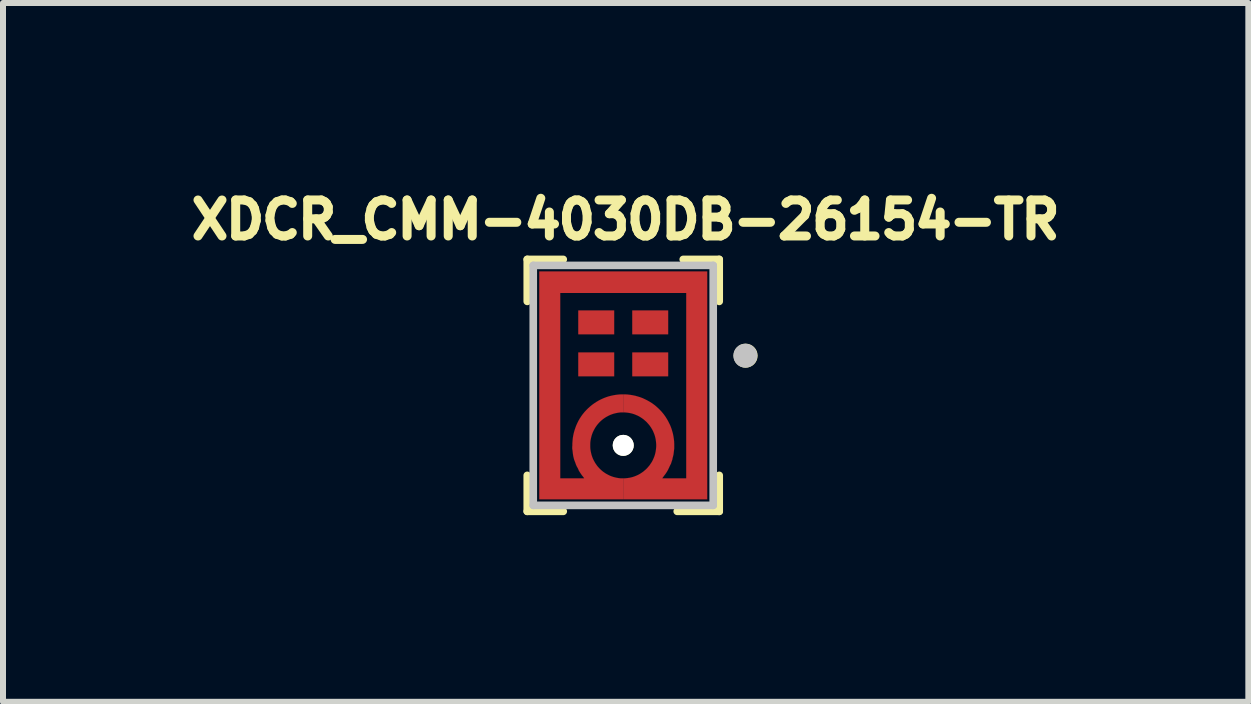
<source format=kicad_pcb>
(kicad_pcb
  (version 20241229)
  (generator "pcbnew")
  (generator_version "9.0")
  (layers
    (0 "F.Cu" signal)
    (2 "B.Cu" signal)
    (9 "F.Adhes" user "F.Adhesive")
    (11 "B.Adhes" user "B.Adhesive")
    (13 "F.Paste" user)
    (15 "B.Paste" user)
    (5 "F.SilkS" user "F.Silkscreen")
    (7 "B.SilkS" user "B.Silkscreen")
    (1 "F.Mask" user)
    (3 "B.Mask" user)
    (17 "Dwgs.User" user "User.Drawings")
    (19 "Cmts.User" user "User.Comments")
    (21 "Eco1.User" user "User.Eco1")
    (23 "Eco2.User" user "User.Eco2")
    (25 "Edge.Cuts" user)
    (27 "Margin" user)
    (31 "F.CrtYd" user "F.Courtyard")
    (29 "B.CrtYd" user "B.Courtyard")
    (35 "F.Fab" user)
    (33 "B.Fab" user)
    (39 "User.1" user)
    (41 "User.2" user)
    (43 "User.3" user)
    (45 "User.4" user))
  (footprint "XDCR_CMM-4030DB-26154-TR"
    (layer "F.Cu")
    (at 7.339 3.374)
    (property "Reference" "XDCR_CMM-4030DB-26154-TR" (at 0.04 -2.76 0) (layer "F.SilkS") (effects (font (size 0.6 0.6) (thickness 0.15))))
    (attr smd)
    (fp_poly (pts (xy -0.001 0.15) (xy -0.001 0.45) (xy -0.02 0.45) (xy -0.048 0.451) (xy -0.076 0.454) (xy -0.105 0.459) (xy -0.132 0.465) (xy -0.16 0.472) (xy -0.187 0.481) (xy -0.214 0.491) (xy -0.24 0.503) (xy -0.265 0.516) (xy -0.29 0.53) (xy -0.314 0.546) (xy -0.337 0.562) (xy -0.359 0.58) (xy -0.38 0.599) (xy -0.401 0.62) (xy -0.42 0.641) (xy -0.438 0.663) (xy -0.454 0.686) (xy -0.47 0.71) (xy -0.484 0.735) (xy -0.497 0.76) (xy -0.509 0.786) (xy -0.519 0.813) (xy -0.528 0.84) (xy -0.535 0.868) (xy -0.541 0.895) (xy -0.546 0.924) (xy -0.549 0.952) (xy -0.55 0.98) (xy -0.55 0.99) (xy -0.55 1.01) (xy -0.55 1.02) (xy -0.549 1.048) (xy -0.546 1.076) (xy -0.541 1.105) (xy -0.535 1.132) (xy -0.528 1.16) (xy -0.519 1.187) (xy -0.509 1.214) (xy -0.497 1.24) (xy -0.484 1.265) (xy -0.47 1.29) (xy -0.454 1.314) (xy -0.438 1.337) (xy -0.42 1.359) (xy -0.401 1.38) (xy -0.38 1.401) (xy -0.359 1.42) (xy -0.337 1.438) (xy -0.314 1.454) (xy -0.29 1.47) (xy -0.265 1.484) (xy -0.24 1.497) (xy -0.214 1.509) (xy -0.187 1.519) (xy -0.16 1.528) (xy -0.132 1.535) (xy -0.105 1.541) (xy -0.076 1.546) (xy -0.048 1.549) (xy -0.02 1.55) (xy -0.001 1.55) (xy -0.001 1.9) (xy -1.4 1.9) (xy -1.4 -1.9) (xy 1.4 -1.9) (xy 1.4 1.9) (xy 0.001 1.9) (xy 0.001 1.55) (xy 0.015 1.55) (xy 0.043 1.548) (xy 0.072 1.545) (xy 0.1 1.541) (xy 0.129 1.535) (xy 0.156 1.528) (xy 0.184 1.519) (xy 0.211 1.508) (xy 0.237 1.497) (xy 0.263 1.484) (xy 0.288 1.469) (xy 0.312 1.453) (xy 0.335 1.437) (xy 0.357 1.418) (xy 0.379 1.399) (xy 0.399 1.379) (xy 0.418 1.357) (xy 0.437 1.335) (xy 0.453 1.312) (xy 0.469 1.288) (xy 0.484 1.263) (xy 0.497 1.237) (xy 0.508 1.211) (xy 0.519 1.184) (xy 0.528 1.156) (xy 0.535 1.129) (xy 0.541 1.1) (xy 0.545 1.072) (xy 0.548 1.043) (xy 0.55 1.015) (xy 0.55 1) (xy 0.55 0.985) (xy 0.548 0.957) (xy 0.545 0.928) (xy 0.541 0.9) (xy 0.535 0.871) (xy 0.528 0.844) (xy 0.519 0.816) (xy 0.508 0.789) (xy 0.497 0.763) (xy 0.484 0.737) (xy 0.469 0.712) (xy 0.453 0.688) (xy 0.437 0.665) (xy 0.418 0.643) (xy 0.399 0.621) (xy 0.379 0.601) (xy 0.357 0.582) (xy 0.335 0.563) (xy 0.312 0.547) (xy 0.288 0.531) (xy 0.263 0.516) (xy 0.237 0.503) (xy 0.211 0.492) (xy 0.184 0.481) (xy 0.156 0.472) (xy 0.129 0.465) (xy 0.1 0.459) (xy 0.072 0.455) (xy 0.043 0.452) (xy 0.015 0.45) (xy 0.001 0.45) (xy 0.001 0.15) (xy 0.022 0.15) (xy 0.067 0.152) (xy 0.111 0.157) (xy 0.155 0.164) (xy 0.199 0.173) (xy 0.242 0.185) (xy 0.284 0.198) (xy 0.326 0.214) (xy 0.366 0.233) (xy 0.406 0.253) (xy 0.444 0.275) (xy 0.482 0.299) (xy 0.518 0.325) (xy 0.552 0.353) (xy 0.585 0.383) (xy 0.617 0.415) (xy 0.647 0.448) (xy 0.675 0.482) (xy 0.701 0.518) (xy 0.725 0.556) (xy 0.747 0.594) (xy 0.767 0.634) (xy 0.786 0.674) (xy 0.802 0.716) (xy 0.815 0.758) (xy 0.827 0.801) (xy 0.836 0.845) (xy 0.843 0.889) (xy 0.848 0.933) (xy 0.85 0.977) (xy 0.85 1) (xy 0.85 1.05) (xy 0.838 1.15) (xy 0.83 1.185) (xy 0.823 1.21) (xy 0.818 1.238) (xy 0.805 1.275) (xy 0.797 1.302) (xy 0.78 1.335) (xy 0.762 1.375) (xy 0.745 1.41) (xy 0.728 1.44) (xy 0.705 1.475) (xy 0.682 1.505) (xy 0.662 1.532) (xy 0.65 1.55) (xy 1.05 1.55) (xy 1.05 -1.54) (xy -1.05 -1.54) (xy -1.05 1.55) (xy -0.65 1.55) (xy -0.665 1.528) (xy -0.688 1.5) (xy -0.71 1.468) (xy -0.738 1.425) (xy -0.755 1.385) (xy -0.775 1.35) (xy -0.787 1.323) (xy -0.802 1.28) (xy -0.818 1.24) (xy -0.833 1.18) (xy -0.84 1.133) (xy -0.845 1.087) (xy -0.85 1.055) (xy -0.85 1.025) (xy -0.848 1) (xy -0.848 0.988) (xy -0.848 0.97) (xy -0.845 0.926) (xy -0.841 0.882) (xy -0.834 0.839) (xy -0.825 0.796) (xy -0.813 0.753) (xy -0.799 0.711) (xy -0.784 0.67) (xy -0.766 0.63) (xy -0.746 0.59) (xy -0.724 0.552) (xy -0.7 0.515) (xy -0.674 0.479) (xy -0.646 0.445) (xy -0.616 0.412) (xy -0.585 0.381) (xy -0.552 0.352) (xy -0.518 0.324) (xy -0.482 0.298) (xy -0.445 0.274) (xy -0.407 0.252) (xy -0.368 0.232) (xy -0.328 0.214) (xy -0.287 0.198) (xy -0.245 0.184) (xy -0.202 0.173) (xy -0.159 0.164) (xy -0.115 0.157) (xy -0.071 0.152) (xy -0.027 0.15)) (stroke (width 0.001) (type solid)) (fill yes) (layer "F.Cu"))
    (fp_circle (center 0 1) (end 0.7 1) (stroke (width 0.4) (type solid)) (fill no) (layer "F.Mask"))
    (fp_poly (pts (xy -1.45 -1.95) (xy 1.45 -1.95) (xy 1.45 -1.5) (xy -1.45 -1.5)) (stroke (width 0) (type solid)) (fill yes) (layer "F.Mask"))
    (fp_poly (pts (xy -1.45 -1.5) (xy -1 -1.5) (xy -1 1.95) (xy -1.45 1.95)) (stroke (width 0) (type solid)) (fill yes) (layer "F.Mask"))
    (fp_poly (pts (xy -1 1.5) (xy 1 1.5) (xy 1 1.95) (xy -1 1.95)) (stroke (width 0) (type solid)) (fill yes) (layer "F.Mask"))
    (fp_poly (pts (xy 1 -1.5) (xy 1.45 -1.5) (xy 1.45 1.95) (xy 1 1.95)) (stroke (width 0) (type solid)) (fill yes) (layer "F.Mask"))
    (fp_line (start -1.6 -2.1) (end -1.6 -1.4) (stroke (width 0.127) (type solid)) (layer "F.SilkS"))
    (fp_line (start -1.6 -2.1) (end -1 -2.1) (stroke (width 0.127) (type solid)) (layer "F.SilkS"))
    (fp_line (start -1.6 1.5) (end -1.6 2.1) (stroke (width 0.127) (type solid)) (layer "F.SilkS"))
    (fp_line (start -1.6 2.1) (end -1 2.1) (stroke (width 0.127) (type solid)) (layer "F.SilkS"))
    (fp_line (start 1.6 -2.1) (end 1 -2.1) (stroke (width 0.127) (type solid)) (layer "F.SilkS"))
    (fp_line (start 1.6 -2.1) (end 1.6 -1.4) (stroke (width 0.127) (type solid)) (layer "F.SilkS"))
    (fp_line (start 1.6 1.5) (end 1.6 2.1) (stroke (width 0.127) (type solid)) (layer "F.SilkS"))
    (fp_line (start 1.6 2.1) (end 0.9 2.1) (stroke (width 0.127) (type solid)) (layer "F.SilkS"))
    (fp_circle (center 2.04 -0.495) (end 2.14 -0.495) (stroke (width 0.2) (type solid)) (fill no) (layer "F.SilkS"))
    (fp_poly (pts (xy -1.4 -1.9) (xy -1.05 -1.9) (xy -1.05 -0.15) (xy -1.4 -0.15)) (stroke (width 0) (type solid)) (fill yes) (layer "F.Paste"))
    (fp_poly (pts (xy -1.1 -1.9) (xy -0.15 -1.9) (xy -0.15 -1.55) (xy -1.1 -1.55)) (stroke (width 0) (type solid)) (fill yes) (layer "F.Paste"))
    (fp_poly (pts (xy 0.15 -1.9) (xy 1.2 -1.9) (xy 1.2 -1.55) (xy 0.15 -1.55)) (stroke (width 0) (type solid)) (fill yes) (layer "F.Paste"))
    (fp_poly (pts (xy 1.05 -1.9) (xy 1.4 -1.9) (xy 1.4 -0.15) (xy 1.05 -0.15)) (stroke (width 0) (type solid)) (fill yes) (layer "F.Paste"))
    (fp_poly (pts (xy -0.15 0.165) (xy -0.169 0.168) (xy -0.208 0.177) (xy -0.246 0.187) (xy -0.283 0.2) (xy -0.32 0.214) (xy -0.356 0.229) (xy -0.392 0.246) (xy -0.426 0.265) (xy -0.46 0.286) (xy -0.493 0.308) (xy -0.524 0.332) (xy -0.555 0.357) (xy -0.584 0.383) (xy -0.612 0.411) (xy -0.639 0.44) (xy -0.664 0.47) (xy -0.688 0.501) (xy -0.711 0.534) (xy -0.732 0.567) (xy -0.751 0.602) (xy -0.769 0.637) (xy -0.785 0.673) (xy -0.799 0.71) (xy -0.812 0.747) (xy -0.823 0.785) (xy -0.832 0.823) (xy -0.839 0.862) (xy -0.844 0.901) (xy -0.848 0.94) (xy -0.85 0.98) (xy -0.85 1) (xy -0.85 1.1) (xy -0.849 1.109) (xy -0.847 1.125) (xy -0.845 1.142) (xy -0.842 1.158) (xy -0.839 1.175) (xy -0.835 1.191) (xy -0.831 1.207) (xy -0.827 1.223) (xy -0.823 1.24) (xy -0.818 1.256) (xy -0.813 1.271) (xy -0.807 1.287) (xy -0.801 1.303) (xy -0.795 1.318) (xy -0.789 1.334) (xy -0.782 1.349) (xy -0.775 1.364) (xy -0.768 1.379) (xy -0.76 1.394) (xy -0.752 1.408) (xy -0.743 1.423) (xy -0.735 1.437) (xy -0.726 1.451) (xy -0.717 1.465) (xy -0.707 1.479) (xy -0.697 1.492) (xy -0.687 1.506) (xy -0.677 1.519) (xy -0.666 1.532) (xy -0.655 1.544) (xy -0.65 1.55) (xy -1.05 1.55) (xy -1.05 0.15) (xy -1.4 0.15) (xy -1.4 1.9) (xy -0.15 1.9) (xy -0.15 1.53) (xy -0.159 1.528) (xy -0.18 1.521) (xy -0.201 1.514) (xy -0.222 1.505) (xy -0.242 1.496) (xy -0.262 1.486) (xy -0.281 1.475) (xy -0.3 1.464) (xy -0.318 1.452) (xy -0.336 1.438) (xy -0.354 1.425) (xy -0.371 1.41) (xy -0.387 1.395) (xy -0.402 1.379) (xy -0.417 1.363) (xy -0.432 1.346) (xy -0.445 1.328) (xy -0.458 1.31) (xy -0.47 1.292) (xy -0.481 1.273) (xy -0.492 1.253) (xy -0.502 1.233) (xy -0.511 1.213) (xy -0.519 1.192) (xy -0.526 1.171) (xy -0.532 1.15) (xy -0.538 1.128) (xy -0.542 1.107) (xy -0.546 1.085) (xy -0.549 1.063) (xy -0.55 1.05) (xy -0.55 1) (xy -0.55 0.95) (xy -0.549 0.937) (xy -0.546 0.915) (xy -0.542 0.893) (xy -0.538 0.872) (xy -0.532 0.85) (xy -0.526 0.829) (xy -0.519 0.808) (xy -0.511 0.787) (xy -0.502 0.767) (xy -0.492 0.747) (xy -0.481 0.727) (xy -0.47 0.708) (xy -0.458 0.69) (xy -0.445 0.672) (xy -0.432 0.654) (xy -0.417 0.637) (xy -0.402 0.621) (xy -0.387 0.605) (xy -0.371 0.59) (xy -0.354 0.575) (xy -0.336 0.562) (xy -0.318 0.548) (xy -0.3 0.536) (xy -0.281 0.525) (xy -0.262 0.514) (xy -0.242 0.504) (xy -0.222 0.495) (xy -0.201 0.486) (xy -0.18 0.479) (xy -0.159 0.472) (xy -0.15 0.47)) (stroke (width 0.001) (type solid)) (fill yes) (layer "F.Paste"))
    (fp_poly (pts (xy 0.15 0.165) (xy 0.169 0.168) (xy 0.208 0.177) (xy 0.246 0.187) (xy 0.283 0.2) (xy 0.32 0.214) (xy 0.356 0.229) (xy 0.392 0.246) (xy 0.426 0.265) (xy 0.46 0.286) (xy 0.493 0.308) (xy 0.524 0.332) (xy 0.555 0.357) (xy 0.584 0.383) (xy 0.612 0.411) (xy 0.639 0.44) (xy 0.664 0.47) (xy 0.688 0.501) (xy 0.711 0.534) (xy 0.732 0.567) (xy 0.751 0.602) (xy 0.769 0.637) (xy 0.785 0.673) (xy 0.799 0.71) (xy 0.812 0.747) (xy 0.823 0.785) (xy 0.832 0.823) (xy 0.839 0.862) (xy 0.844 0.901) (xy 0.848 0.94) (xy 0.85 0.98) (xy 0.85 1) (xy 0.85 1.1) (xy 0.849 1.109) (xy 0.847 1.125) (xy 0.845 1.142) (xy 0.842 1.158) (xy 0.839 1.175) (xy 0.835 1.191) (xy 0.831 1.207) (xy 0.827 1.223) (xy 0.823 1.24) (xy 0.818 1.256) (xy 0.813 1.271) (xy 0.807 1.287) (xy 0.801 1.303) (xy 0.795 1.318) (xy 0.789 1.334) (xy 0.782 1.349) (xy 0.775 1.364) (xy 0.768 1.379) (xy 0.76 1.394) (xy 0.752 1.408) (xy 0.743 1.423) (xy 0.735 1.437) (xy 0.726 1.451) (xy 0.717 1.465) (xy 0.707 1.479) (xy 0.697 1.492) (xy 0.687 1.506) (xy 0.677 1.519) (xy 0.666 1.532) (xy 0.655 1.544) (xy 0.65 1.55) (xy 1.05 1.55) (xy 1.05 0.15) (xy 1.4 0.15) (xy 1.4 1.9) (xy 0.15 1.9) (xy 0.15 1.53) (xy 0.159 1.528) (xy 0.18 1.521) (xy 0.201 1.514) (xy 0.222 1.505) (xy 0.242 1.496) (xy 0.262 1.486) (xy 0.281 1.475) (xy 0.3 1.464) (xy 0.318 1.452) (xy 0.336 1.438) (xy 0.354 1.425) (xy 0.371 1.41) (xy 0.387 1.395) (xy 0.402 1.379) (xy 0.417 1.363) (xy 0.432 1.346) (xy 0.445 1.328) (xy 0.458 1.31) (xy 0.47 1.292) (xy 0.481 1.273) (xy 0.492 1.253) (xy 0.502 1.233) (xy 0.511 1.213) (xy 0.519 1.192) (xy 0.526 1.171) (xy 0.532 1.15) (xy 0.538 1.128) (xy 0.542 1.107) (xy 0.546 1.085) (xy 0.549 1.063) (xy 0.55 1.05) (xy 0.55 1) (xy 0.55 0.95) (xy 0.549 0.937) (xy 0.546 0.915) (xy 0.542 0.893) (xy 0.538 0.872) (xy 0.532 0.85) (xy 0.526 0.829) (xy 0.519 0.808) (xy 0.511 0.787) (xy 0.502 0.767) (xy 0.492 0.747) (xy 0.481 0.727) (xy 0.47 0.708) (xy 0.458 0.69) (xy 0.445 0.672) (xy 0.432 0.654) (xy 0.417 0.637) (xy 0.402 0.621) (xy 0.387 0.605) (xy 0.371 0.59) (xy 0.354 0.575) (xy 0.336 0.562) (xy 0.318 0.548) (xy 0.3 0.536) (xy 0.281 0.525) (xy 0.262 0.514) (xy 0.242 0.504) (xy 0.222 0.495) (xy 0.201 0.486) (xy 0.18 0.479) (xy 0.159 0.472) (xy 0.15 0.47)) (stroke (width 0.001) (type solid)) (fill yes) (layer "F.Paste"))
    (fp_line (start -1.5 -2) (end 1.5 -2) (stroke (width 0.127) (type solid)) (layer "Dwgs.User"))
    (fp_line (start -1.5 2) (end -1.5 -2) (stroke (width 0.127) (type solid)) (layer "Dwgs.User"))
    (fp_line (start 1.5 -2) (end 1.5 2) (stroke (width 0.127) (type solid)) (layer "Dwgs.User"))
    (fp_line (start 1.5 2) (end -1.5 2) (stroke (width 0.127) (type solid)) (layer "Dwgs.User"))
    (fp_circle (center 2.035 -0.495) (end 2.135 -0.495) (stroke (width 0.2) (type solid)) (fill no) (layer "Dwgs.User"))
    (fp_line (start -1.75 -2.25) (end 1.75 -2.25) (stroke (width 0.05) (type solid)) (layer "Eco1.User"))
    (fp_line (start -1.75 2.25) (end -1.75 -2.25) (stroke (width 0.05) (type solid)) (layer "Eco1.User"))
    (fp_line (start 1.75 -2.25) (end 1.75 2.25) (stroke (width 0.05) (type solid)) (layer "Eco1.User"))
    (fp_line (start 1.75 2.25) (end -1.75 2.25) (stroke (width 0.05) (type solid)) (layer "Eco1.User"))
    (pad "" np_thru_hole circle (at 0 1) (size 0.35 0.35) (drill 0.35) (layers "*.Cu" "*.Mask" "F.SilkS"))
    (pad "1" smd rect (at 0.45 -0.35 180) (size 0.6 0.4) (layers "F.Cu" "F.Mask" "F.Paste"))
    (pad "2" smd rect (at 0.45 -1.05 180) (size 0.6 0.4) (layers "F.Cu" "F.Mask" "F.Paste"))
    (pad "3" smd rect (at -0.45 -1.05 180) (size 0.6 0.4) (layers "F.Cu" "F.Mask" "F.Paste"))
    (pad "4" smd rect (at -0.45 -0.35 180) (size 0.6 0.4) (layers "F.Cu" "F.Mask" "F.Paste"))
    (pad "5" smd rect (at -0.63 1.715 180) (size 0.5 0.3) (layers "F.Cu" "F.Mask" "F.Paste")))
  (gr_rect
    (start -3 -3)
    (end 17.759 8.649)
    (stroke (width 0.1) (type default))
    (fill no)
    (layer "Edge.Cuts")))
</source>
